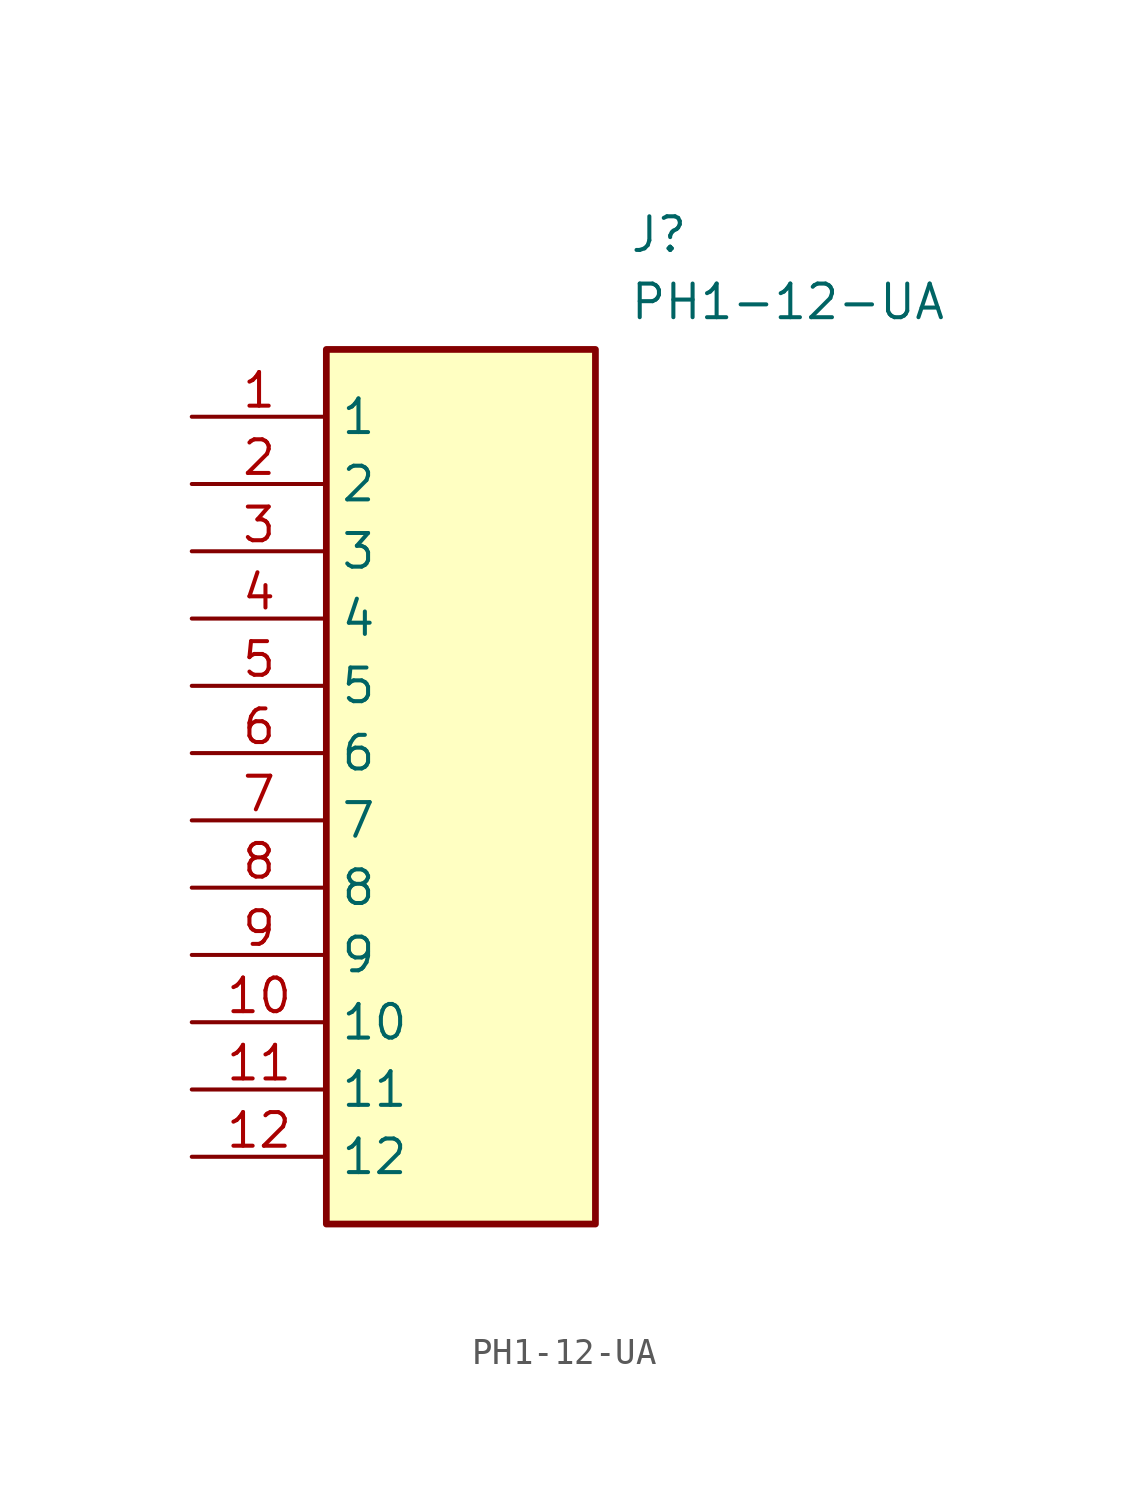
<source format=kicad_sym>
(kicad_symbol_lib
  (version 20241209)
  (generator "kicad_symbol_editor")
  (generator_version "9.0")
  (symbol "PH1-12-UA"
    (property "Reference" "J"
      (at 16.51 7.62 0)
      (effects (font (size 1.27 1.27)) (justify left top)))
    (property "Value" "PH1-12-UA"
      (at 16.51 5.08 0)
      (effects (font (size 1.27 1.27)) (justify left top)))
    (symbol "PH1-12-UA_1_1"
      (rectangle (start 5.08 2.54) (end 15.24 -30.48) (stroke (width 0.254) (type default)) (fill (type background)))
      (pin passive line (at 0 0 0) (length 5.08) (name "1" (effects (font (size 1.27 1.27)))) (number "1" (effects (font (size 1.27 1.27)))))
      (pin passive line (at 0 -2.54 0) (length 5.08) (name "2" (effects (font (size 1.27 1.27)))) (number "2" (effects (font (size 1.27 1.27)))))
      (pin passive line (at 0 -5.08 0) (length 5.08) (name "3" (effects (font (size 1.27 1.27)))) (number "3" (effects (font (size 1.27 1.27)))))
      (pin passive line (at 0 -7.62 0) (length 5.08) (name "4" (effects (font (size 1.27 1.27)))) (number "4" (effects (font (size 1.27 1.27)))))
      (pin passive line (at 0 -10.16 0) (length 5.08) (name "5" (effects (font (size 1.27 1.27)))) (number "5" (effects (font (size 1.27 1.27)))))
      (pin passive line (at 0 -12.7 0) (length 5.08) (name "6" (effects (font (size 1.27 1.27)))) (number "6" (effects (font (size 1.27 1.27)))))
      (pin passive line (at 0 -15.24 0) (length 5.08) (name "7" (effects (font (size 1.27 1.27)))) (number "7" (effects (font (size 1.27 1.27)))))
      (pin passive line (at 0 -17.78 0) (length 5.08) (name "8" (effects (font (size 1.27 1.27)))) (number "8" (effects (font (size 1.27 1.27)))))
      (pin passive line (at 0 -20.32 0) (length 5.08) (name "9" (effects (font (size 1.27 1.27)))) (number "9" (effects (font (size 1.27 1.27)))))
      (pin passive line (at 0 -22.86 0) (length 5.08) (name "10" (effects (font (size 1.27 1.27)))) (number "10" (effects (font (size 1.27 1.27)))))
      (pin passive line (at 0 -25.4 0) (length 5.08) (name "11" (effects (font (size 1.27 1.27)))) (number "11" (effects (font (size 1.27 1.27)))))
      (pin passive line (at 0 -27.94 0) (length 5.08) (name "12" (effects (font (size 1.27 1.27)))) (number "12" (effects (font (size 1.27 1.27))))))))
</source>
